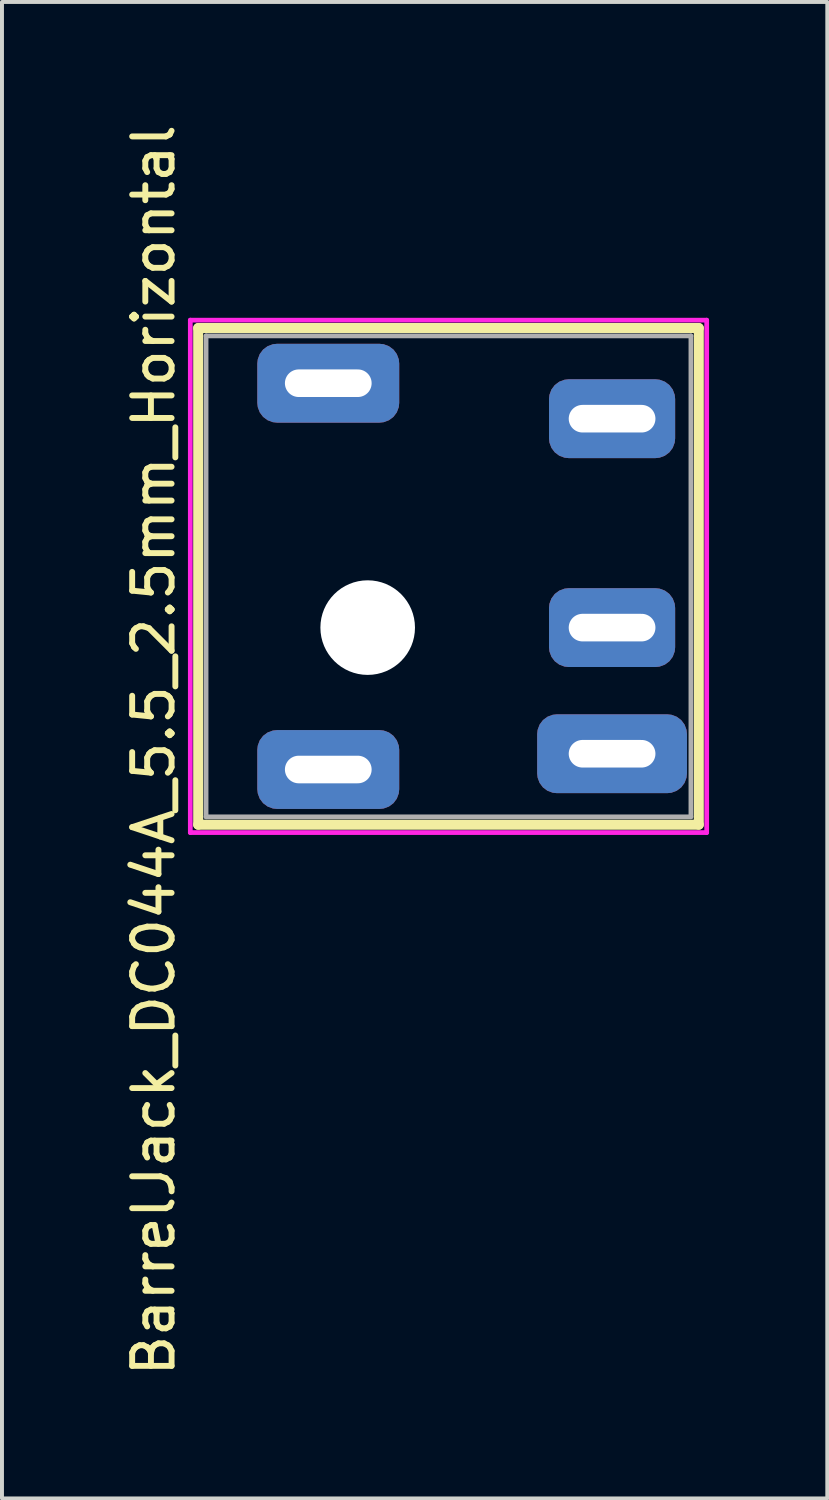
<source format=kicad_pcb>
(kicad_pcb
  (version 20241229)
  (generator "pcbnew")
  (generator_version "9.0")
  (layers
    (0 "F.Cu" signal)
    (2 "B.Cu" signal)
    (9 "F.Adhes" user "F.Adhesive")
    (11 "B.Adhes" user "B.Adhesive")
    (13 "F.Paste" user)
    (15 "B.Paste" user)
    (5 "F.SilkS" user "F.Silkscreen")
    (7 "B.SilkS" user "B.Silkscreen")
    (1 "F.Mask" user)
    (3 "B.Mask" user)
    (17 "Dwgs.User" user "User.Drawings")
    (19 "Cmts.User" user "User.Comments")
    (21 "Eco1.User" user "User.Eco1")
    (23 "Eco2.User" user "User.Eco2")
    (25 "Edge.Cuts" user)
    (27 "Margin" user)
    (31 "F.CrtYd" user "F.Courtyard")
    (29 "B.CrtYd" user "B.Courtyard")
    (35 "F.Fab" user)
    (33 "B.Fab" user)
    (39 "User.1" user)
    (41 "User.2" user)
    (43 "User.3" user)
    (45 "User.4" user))
  (footprint "BarrelJack_DC044A_5.5_2.5mm_Horizontal"
    (layer "F.Cu")
    (at 8.338 11.572)
    (property "Reference" "BarrelJack_DC044A_5.5_2.5mm_Horizontal" (at -7.49 4.41 90) (layer "F.SilkS") (effects (font (size 1 1) (thickness 0.15))))
    (attr through_hole)
    (fp_line (start -6.36 -6.3) (end 6.34 -6.3) (stroke (width 0.254) (type solid)) (layer "F.SilkS"))
    (fp_line (start -6.36 6.3) (end -6.36 -6.3) (stroke (width 0.254) (type solid)) (layer "F.SilkS"))
    (fp_line (start -6.06 6.3) (end -6.36 6.3) (stroke (width 0.12) (type solid)) (layer "F.SilkS"))
    (fp_line (start 6.34 -6.3) (end 6.34 6.3) (stroke (width 0.254) (type solid)) (layer "F.SilkS"))
    (fp_line (start 6.34 6.3) (end -6.36 6.3) (stroke (width 0.254) (type solid)) (layer "F.SilkS"))
    (fp_line (start -6.56 -6.5) (end 6.54 -6.5) (stroke (width 0.12) (type solid)) (layer "F.CrtYd"))
    (fp_line (start -6.56 6.5) (end -6.56 -6.5) (stroke (width 0.12) (type solid)) (layer "F.CrtYd"))
    (fp_line (start 6.54 -6.5) (end 6.54 6.5) (stroke (width 0.12) (type solid)) (layer "F.CrtYd"))
    (fp_line (start 6.54 6.5) (end -6.56 6.5) (stroke (width 0.12) (type solid)) (layer "F.CrtYd"))
    (fp_line (start -6.16 -6.1) (end 6.14 -6.1) (stroke (width 0.12) (type solid)) (layer "F.Fab"))
    (fp_line (start -6.16 6.1) (end -6.16 -6.1) (stroke (width 0.12) (type solid)) (layer "F.Fab"))
    (fp_line (start 6.14 -6.1) (end 6.14 6.1) (stroke (width 0.12) (type solid)) (layer "F.Fab"))
    (fp_line (start 6.14 6.1) (end -6.16 6.1) (stroke (width 0.12) (type solid)) (layer "F.Fab"))
    (pad "" np_thru_hole circle (at -2.06 1.3 270) (size 2.4 2.4) (drill 2.4) (layers "*.Cu" "*.Mask"))
    (pad "1" thru_hole roundrect (at 4.14 4.5 180) (size 3.8 2) (drill oval 2.2 0.7) (layers "*.Cu" "*.Mask") (roundrect_rratio 0.25))
    (pad "2" thru_hole roundrect (at -3.06 -4.9) (size 3.6 2) (drill oval 2.2 0.7) (layers "*.Cu" "*.Mask") (roundrect_rratio 0.25))
    (pad "2" thru_hole roundrect (at -3.06 4.9) (size 3.6 2) (drill oval 2.2 0.7) (layers "*.Cu" "*.Mask") (roundrect_rratio 0.25))
    (pad "3" thru_hole roundrect (at 4.14 -4) (size 3.2 2) (drill oval 2.2 0.7) (layers "*.Cu" "*.Mask") (roundrect_rratio 0.25))
    (pad "4" thru_hole roundrect (at 4.14 1.3) (size 3.2 2) (drill oval 2.2 0.7) (layers "*.Cu" "*.Mask") (roundrect_rratio 0.25)))
  (gr_rect
    (start -3 -3)
    (end 17.938 34.964)
    (stroke (width 0.1) (type default))
    (fill no)
    (layer "Edge.Cuts")))
</source>
